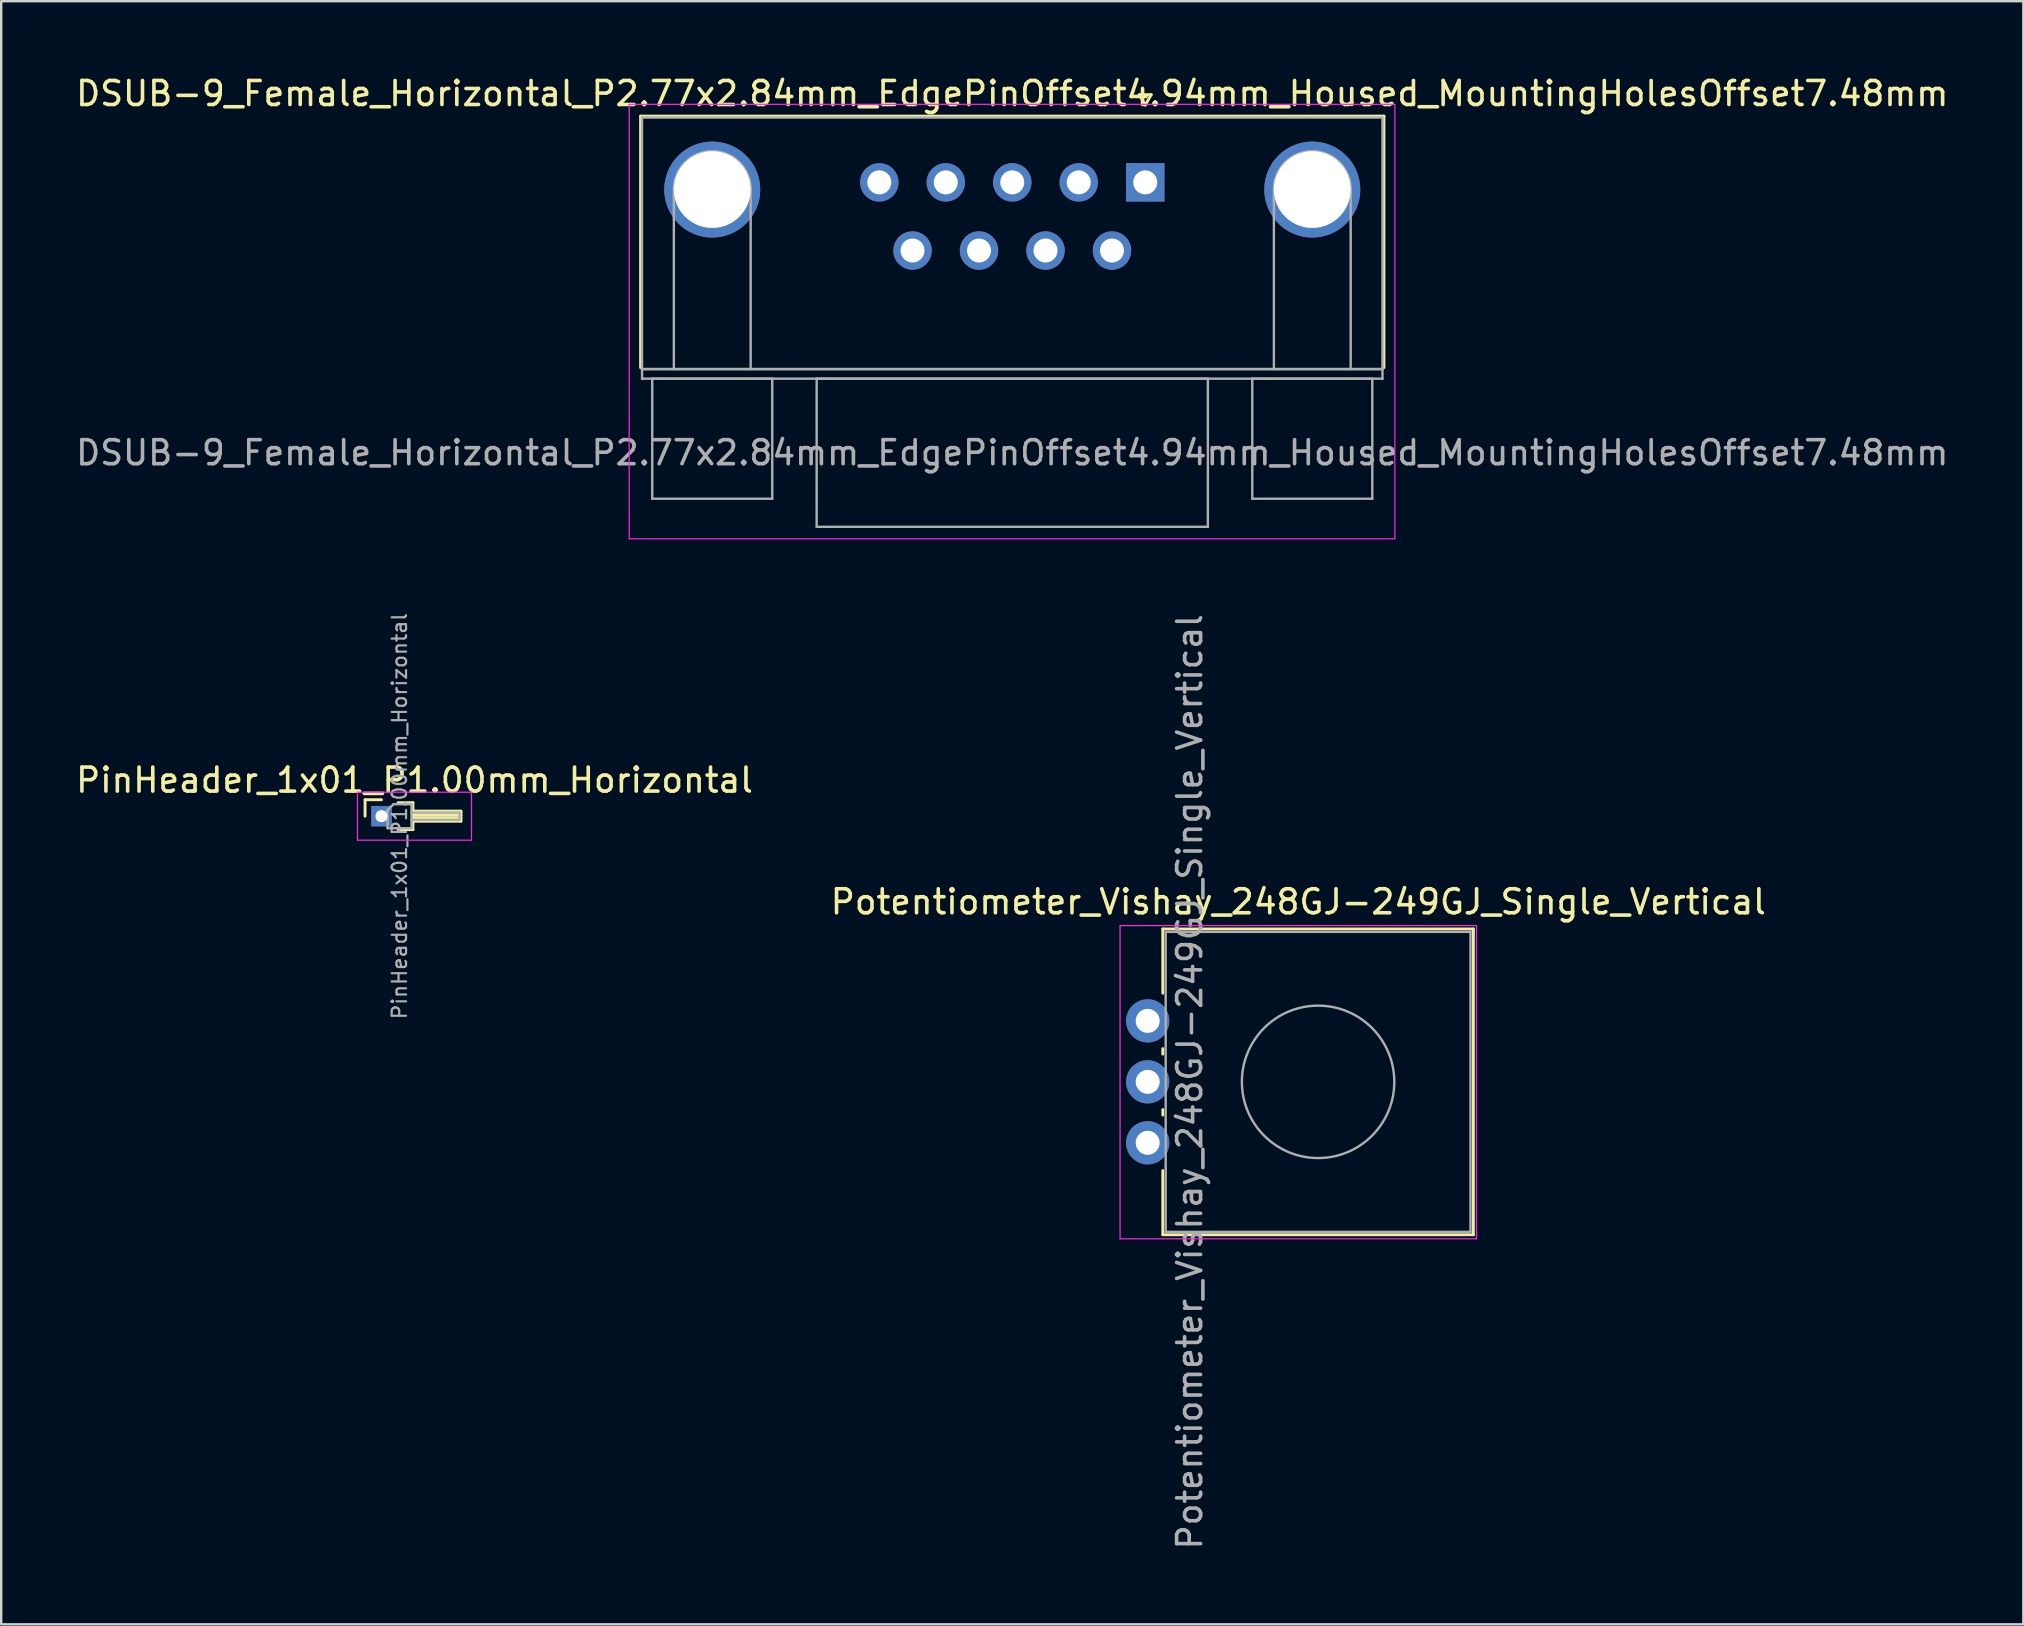
<source format=kicad_pcb>
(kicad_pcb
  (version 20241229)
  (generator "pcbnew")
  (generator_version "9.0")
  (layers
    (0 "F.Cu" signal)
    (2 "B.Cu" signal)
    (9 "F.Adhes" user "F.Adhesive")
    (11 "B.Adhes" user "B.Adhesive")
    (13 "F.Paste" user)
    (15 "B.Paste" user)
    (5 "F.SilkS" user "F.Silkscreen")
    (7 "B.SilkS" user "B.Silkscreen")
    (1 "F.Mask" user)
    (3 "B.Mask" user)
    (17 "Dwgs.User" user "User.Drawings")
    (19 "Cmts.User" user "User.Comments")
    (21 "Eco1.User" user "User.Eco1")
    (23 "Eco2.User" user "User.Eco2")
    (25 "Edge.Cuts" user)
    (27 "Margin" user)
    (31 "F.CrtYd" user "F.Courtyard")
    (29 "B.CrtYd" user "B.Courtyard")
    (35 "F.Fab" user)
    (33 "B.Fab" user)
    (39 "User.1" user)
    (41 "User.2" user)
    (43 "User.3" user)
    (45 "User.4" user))
  (footprint "DSUB-9_Female_Horizontal_P2.77x2.84mm_EdgePinOffset4.94mm_Housed_MountingHolesOffset7.48mm"
    (layer "F.Cu")
    (at 44.665 4.548)
    (property "Reference" "DSUB-9_Female_Horizontal_P2.77x2.84mm_EdgePinOffset4.94mm_Housed_MountingHolesOffset7.48mm" (at -5.54 -3.7 0) (layer "F.SilkS") (effects (font (size 1 1) (thickness 0.15))))
    (attr through_hole)
    (fp_line (start -21.025 -2.76) (end 9.945 -2.76) (stroke (width 0.12) (type solid)) (layer "F.SilkS"))
    (fp_line (start -21.025 7.72) (end -21.025 -2.76) (stroke (width 0.12) (type solid)) (layer "F.SilkS"))
    (fp_line (start -0.25 -3.654) (end 0.25 -3.654) (stroke (width 0.12) (type solid)) (layer "F.SilkS"))
    (fp_line (start 0 -3.221) (end -0.25 -3.654) (stroke (width 0.12) (type solid)) (layer "F.SilkS"))
    (fp_line (start 0.25 -3.654) (end 0 -3.221) (stroke (width 0.12) (type solid)) (layer "F.SilkS"))
    (fp_line (start 9.945 -2.76) (end 9.945 7.72) (stroke (width 0.12) (type solid)) (layer "F.SilkS"))
    (fp_line (start -21.5 -3.25) (end -21.5 14.85) (stroke (width 0.05) (type solid)) (layer "F.CrtYd"))
    (fp_line (start -21.5 14.85) (end 10.4 14.85) (stroke (width 0.05) (type solid)) (layer "F.CrtYd"))
    (fp_line (start 10.4 -3.25) (end -21.5 -3.25) (stroke (width 0.05) (type solid)) (layer "F.CrtYd"))
    (fp_line (start 10.4 14.85) (end 10.4 -3.25) (stroke (width 0.05) (type solid)) (layer "F.CrtYd"))
    (fp_line (start -20.965 -2.7) (end -20.965 7.78) (stroke (width 0.1) (type solid)) (layer "F.Fab"))
    (fp_line (start -20.965 7.78) (end -20.965 8.18) (stroke (width 0.1) (type solid)) (layer "F.Fab"))
    (fp_line (start -20.965 7.78) (end 9.885 7.78) (stroke (width 0.1) (type solid)) (layer "F.Fab"))
    (fp_line (start -20.965 8.18) (end 9.885 8.18) (stroke (width 0.1) (type solid)) (layer "F.Fab"))
    (fp_line (start -20.54 8.18) (end -20.54 13.18) (stroke (width 0.1) (type solid)) (layer "F.Fab"))
    (fp_line (start -20.54 13.18) (end -15.54 13.18) (stroke (width 0.1) (type solid)) (layer "F.Fab"))
    (fp_line (start -19.64 7.78) (end -19.64 0.3) (stroke (width 0.1) (type solid)) (layer "F.Fab"))
    (fp_line (start -16.44 7.78) (end -16.44 0.3) (stroke (width 0.1) (type solid)) (layer "F.Fab"))
    (fp_line (start -15.54 8.18) (end -20.54 8.18) (stroke (width 0.1) (type solid)) (layer "F.Fab"))
    (fp_line (start -15.54 13.18) (end -15.54 8.18) (stroke (width 0.1) (type solid)) (layer "F.Fab"))
    (fp_line (start -13.69 8.18) (end -13.69 14.35) (stroke (width 0.1) (type solid)) (layer "F.Fab"))
    (fp_line (start -13.69 14.35) (end 2.61 14.35) (stroke (width 0.1) (type solid)) (layer "F.Fab"))
    (fp_line (start 2.61 8.18) (end -13.69 8.18) (stroke (width 0.1) (type solid)) (layer "F.Fab"))
    (fp_line (start 2.61 14.35) (end 2.61 8.18) (stroke (width 0.1) (type solid)) (layer "F.Fab"))
    (fp_line (start 4.46 8.18) (end 4.46 13.18) (stroke (width 0.1) (type solid)) (layer "F.Fab"))
    (fp_line (start 4.46 13.18) (end 9.46 13.18) (stroke (width 0.1) (type solid)) (layer "F.Fab"))
    (fp_line (start 5.36 7.78) (end 5.36 0.3) (stroke (width 0.1) (type solid)) (layer "F.Fab"))
    (fp_line (start 8.56 7.78) (end 8.56 0.3) (stroke (width 0.1) (type solid)) (layer "F.Fab"))
    (fp_line (start 9.46 8.18) (end 4.46 8.18) (stroke (width 0.1) (type solid)) (layer "F.Fab"))
    (fp_line (start 9.46 13.18) (end 9.46 8.18) (stroke (width 0.1) (type solid)) (layer "F.Fab"))
    (fp_line (start 9.885 -2.7) (end -20.965 -2.7) (stroke (width 0.1) (type solid)) (layer "F.Fab"))
    (fp_line (start 9.885 7.78) (end -20.965 7.78) (stroke (width 0.1) (type solid)) (layer "F.Fab"))
    (fp_line (start 9.885 7.78) (end 9.885 -2.7) (stroke (width 0.1) (type solid)) (layer "F.Fab"))
    (fp_line (start 9.885 8.18) (end 9.885 7.78) (stroke (width 0.1) (type solid)) (layer "F.Fab"))
    (fp_arc (start -19.64 0.3) (mid -18.04 -1.3) (end -16.44 0.3) (stroke (width 0.1) (type solid)) (layer "F.Fab"))
    (fp_arc (start 5.36 0.3) (mid 6.96 -1.3) (end 8.56 0.3) (stroke (width 0.1) (type solid)) (layer "F.Fab"))
    (fp_text user "${REFERENCE}" (at -5.54 11.265 0) (layer "F.Fab") (effects (font (size 1 1) (thickness 0.15))))
    (pad "0" thru_hole circle (at -18.04 0.3) (size 4 4) (drill 3.2) (layers "*.Cu" "*.Mask"))
    (pad "0" thru_hole circle (at 6.96 0.3) (size 4 4) (drill 3.2) (layers "*.Cu" "*.Mask"))
    (pad "1" thru_hole rect (at 0 0) (size 1.6 1.6) (drill 1) (layers "*.Cu" "*.Mask"))
    (pad "2" thru_hole circle (at -2.77 0) (size 1.6 1.6) (drill 1) (layers "*.Cu" "*.Mask"))
    (pad "3" thru_hole circle (at -5.54 0) (size 1.6 1.6) (drill 1) (layers "*.Cu" "*.Mask"))
    (pad "4" thru_hole circle (at -8.31 0) (size 1.6 1.6) (drill 1) (layers "*.Cu" "*.Mask"))
    (pad "5" thru_hole circle (at -11.08 0) (size 1.6 1.6) (drill 1) (layers "*.Cu" "*.Mask"))
    (pad "6" thru_hole circle (at -1.385 2.84) (size 1.6 1.6) (drill 1) (layers "*.Cu" "*.Mask"))
    (pad "7" thru_hole circle (at -4.155 2.84) (size 1.6 1.6) (drill 1) (layers "*.Cu" "*.Mask"))
    (pad "8" thru_hole circle (at -6.925 2.84) (size 1.6 1.6) (drill 1) (layers "*.Cu" "*.Mask"))
    (pad "9" thru_hole circle (at -9.695 2.84) (size 1.6 1.6) (drill 1) (layers "*.Cu" "*.Mask")))
  (footprint "PinHeader_1x01_P1.00mm_Horizontal"
    (layer "F.Cu")
    (at 12.845 30.955)
    (property "Reference" "PinHeader_1x01_P1.00mm_Horizontal" (at 1.375 -1.5 0) (layer "F.SilkS") (effects (font (size 1 1) (thickness 0.15))))
    (attr through_hole)
    (fp_line (start -0.685 -0.685) (end 0 -0.685) (stroke (width 0.12) (type solid)) (layer "F.SilkS"))
    (fp_line (start -0.685 0) (end -0.685 -0.685) (stroke (width 0.12) (type solid)) (layer "F.SilkS"))
    (fp_line (start 0.685 -0.56) (end 1.31 -0.56) (stroke (width 0.12) (type solid)) (layer "F.SilkS"))
    (fp_line (start 1.31 -0.56) (end 1.31 0.56) (stroke (width 0.12) (type solid)) (layer "F.SilkS"))
    (fp_line (start 1.31 -0.21) (end 3.31 -0.21) (stroke (width 0.12) (type solid)) (layer "F.SilkS"))
    (fp_line (start 1.31 -0.15) (end 3.31 -0.15) (stroke (width 0.12) (type solid)) (layer "F.SilkS"))
    (fp_line (start 1.31 -0.03) (end 3.31 -0.03) (stroke (width 0.12) (type solid)) (layer "F.SilkS"))
    (fp_line (start 1.31 0.09) (end 3.31 0.09) (stroke (width 0.12) (type solid)) (layer "F.SilkS"))
    (fp_line (start 1.31 0.56) (end 0.685 0.56) (stroke (width 0.12) (type solid)) (layer "F.SilkS"))
    (fp_line (start 3.31 -0.21) (end 3.31 0.21) (stroke (width 0.12) (type solid)) (layer "F.SilkS"))
    (fp_line (start 3.31 0.21) (end 1.31 0.21) (stroke (width 0.12) (type solid)) (layer "F.SilkS"))
    (fp_line (start -1 -1) (end -1 1) (stroke (width 0.05) (type solid)) (layer "F.CrtYd"))
    (fp_line (start -1 1) (end 3.75 1) (stroke (width 0.05) (type solid)) (layer "F.CrtYd"))
    (fp_line (start 3.75 -1) (end -1 -1) (stroke (width 0.05) (type solid)) (layer "F.CrtYd"))
    (fp_line (start 3.75 1) (end 3.75 -1) (stroke (width 0.05) (type solid)) (layer "F.CrtYd"))
    (fp_line (start -0.15 -0.15) (end -0.15 0.15) (stroke (width 0.1) (type solid)) (layer "F.Fab"))
    (fp_line (start -0.15 -0.15) (end 0.25 -0.15) (stroke (width 0.1) (type solid)) (layer "F.Fab"))
    (fp_line (start -0.15 0.15) (end 0.25 0.15) (stroke (width 0.1) (type solid)) (layer "F.Fab"))
    (fp_line (start 0.25 -0.25) (end 0.5 -0.5) (stroke (width 0.1) (type solid)) (layer "F.Fab"))
    (fp_line (start 0.25 0.5) (end 0.25 -0.25) (stroke (width 0.1) (type solid)) (layer "F.Fab"))
    (fp_line (start 0.5 -0.5) (end 1.25 -0.5) (stroke (width 0.1) (type solid)) (layer "F.Fab"))
    (fp_line (start 1.25 -0.5) (end 1.25 0.5) (stroke (width 0.1) (type solid)) (layer "F.Fab"))
    (fp_line (start 1.25 -0.15) (end 3.25 -0.15) (stroke (width 0.1) (type solid)) (layer "F.Fab"))
    (fp_line (start 1.25 0.15) (end 3.25 0.15) (stroke (width 0.1) (type solid)) (layer "F.Fab"))
    (fp_line (start 1.25 0.5) (end 0.25 0.5) (stroke (width 0.1) (type solid)) (layer "F.Fab"))
    (fp_line (start 3.25 -0.15) (end 3.25 0.15) (stroke (width 0.1) (type solid)) (layer "F.Fab"))
    (fp_text user "${REFERENCE}" (at 0.75 0 90) (layer "F.Fab") (effects (font (size 0.6 0.6) (thickness 0.09))))
    (pad "1" thru_hole rect (at 0 0) (size 0.85 0.85) (drill 0.5) (layers "*.Cu" "*.Mask")))
  (footprint "Potentiometer_Vishay_248GJ-249GJ_Single_Vertical"
    (layer "F.Cu")
    (at 44.767 44.564)
    (property "Reference" "Potentiometer_Vishay_248GJ-249GJ_Single_Vertical" (at 6.275 -10.04 0) (layer "F.SilkS") (effects (font (size 1 1) (thickness 0.15))))
    (attr through_hole)
    (fp_line (start 0.63 -8.91) (end 0.63 -6.235) (stroke (width 0.12) (type solid)) (layer "F.SilkS"))
    (fp_line (start 0.63 -8.91) (end 13.57 -8.91) (stroke (width 0.12) (type solid)) (layer "F.SilkS"))
    (fp_line (start 0.63 -3.925) (end 0.63 -3.695) (stroke (width 0.12) (type solid)) (layer "F.SilkS"))
    (fp_line (start 0.63 -1.384) (end 0.63 -1.155) (stroke (width 0.12) (type solid)) (layer "F.SilkS"))
    (fp_line (start 0.63 1.155) (end 0.63 3.83) (stroke (width 0.12) (type solid)) (layer "F.SilkS"))
    (fp_line (start 0.63 3.83) (end 13.57 3.83) (stroke (width 0.12) (type solid)) (layer "F.SilkS"))
    (fp_line (start 13.57 -8.91) (end 13.57 3.83) (stroke (width 0.12) (type solid)) (layer "F.SilkS"))
    (fp_line (start -1.15 -9.05) (end -1.15 4) (stroke (width 0.05) (type solid)) (layer "F.CrtYd"))
    (fp_line (start -1.15 4) (end 13.7 4) (stroke (width 0.05) (type solid)) (layer "F.CrtYd"))
    (fp_line (start 13.7 -9.05) (end -1.15 -9.05) (stroke (width 0.05) (type solid)) (layer "F.CrtYd"))
    (fp_line (start 13.7 4) (end 13.7 -9.05) (stroke (width 0.05) (type solid)) (layer "F.CrtYd"))
    (fp_line (start 0.75 -8.79) (end 0.75 3.71) (stroke (width 0.1) (type solid)) (layer "F.Fab"))
    (fp_line (start 0.75 3.71) (end 13.45 3.71) (stroke (width 0.1) (type solid)) (layer "F.Fab"))
    (fp_line (start 13.45 -8.79) (end 0.75 -8.79) (stroke (width 0.1) (type solid)) (layer "F.Fab"))
    (fp_line (start 13.45 3.71) (end 13.45 -8.79) (stroke (width 0.1) (type solid)) (layer "F.Fab"))
    (fp_circle (center 7.1 -2.54) (end 10.275 -2.54) (stroke (width 0.1) (type solid)) (fill no) (layer "F.Fab"))
    (fp_text user "${REFERENCE}" (at 1.75 -2.54 90) (layer "F.Fab") (effects (font (size 1 1) (thickness 0.15))))
    (pad "1" thru_hole circle (at 0 0) (size 1.8 1.8) (drill 1) (layers "*.Cu" "*.Mask"))
    (pad "2" thru_hole circle (at 0 -2.54) (size 1.8 1.8) (drill 1) (layers "*.Cu" "*.Mask"))
    (pad "3" thru_hole circle (at 0 -5.08) (size 1.8 1.8) (drill 1) (layers "*.Cu" "*.Mask")))
  (gr_rect
    (start -3 -3)
    (end 81.25 64.626)
    (stroke (width 0.1) (type default))
    (fill no)
    (layer "Edge.Cuts")))
</source>
